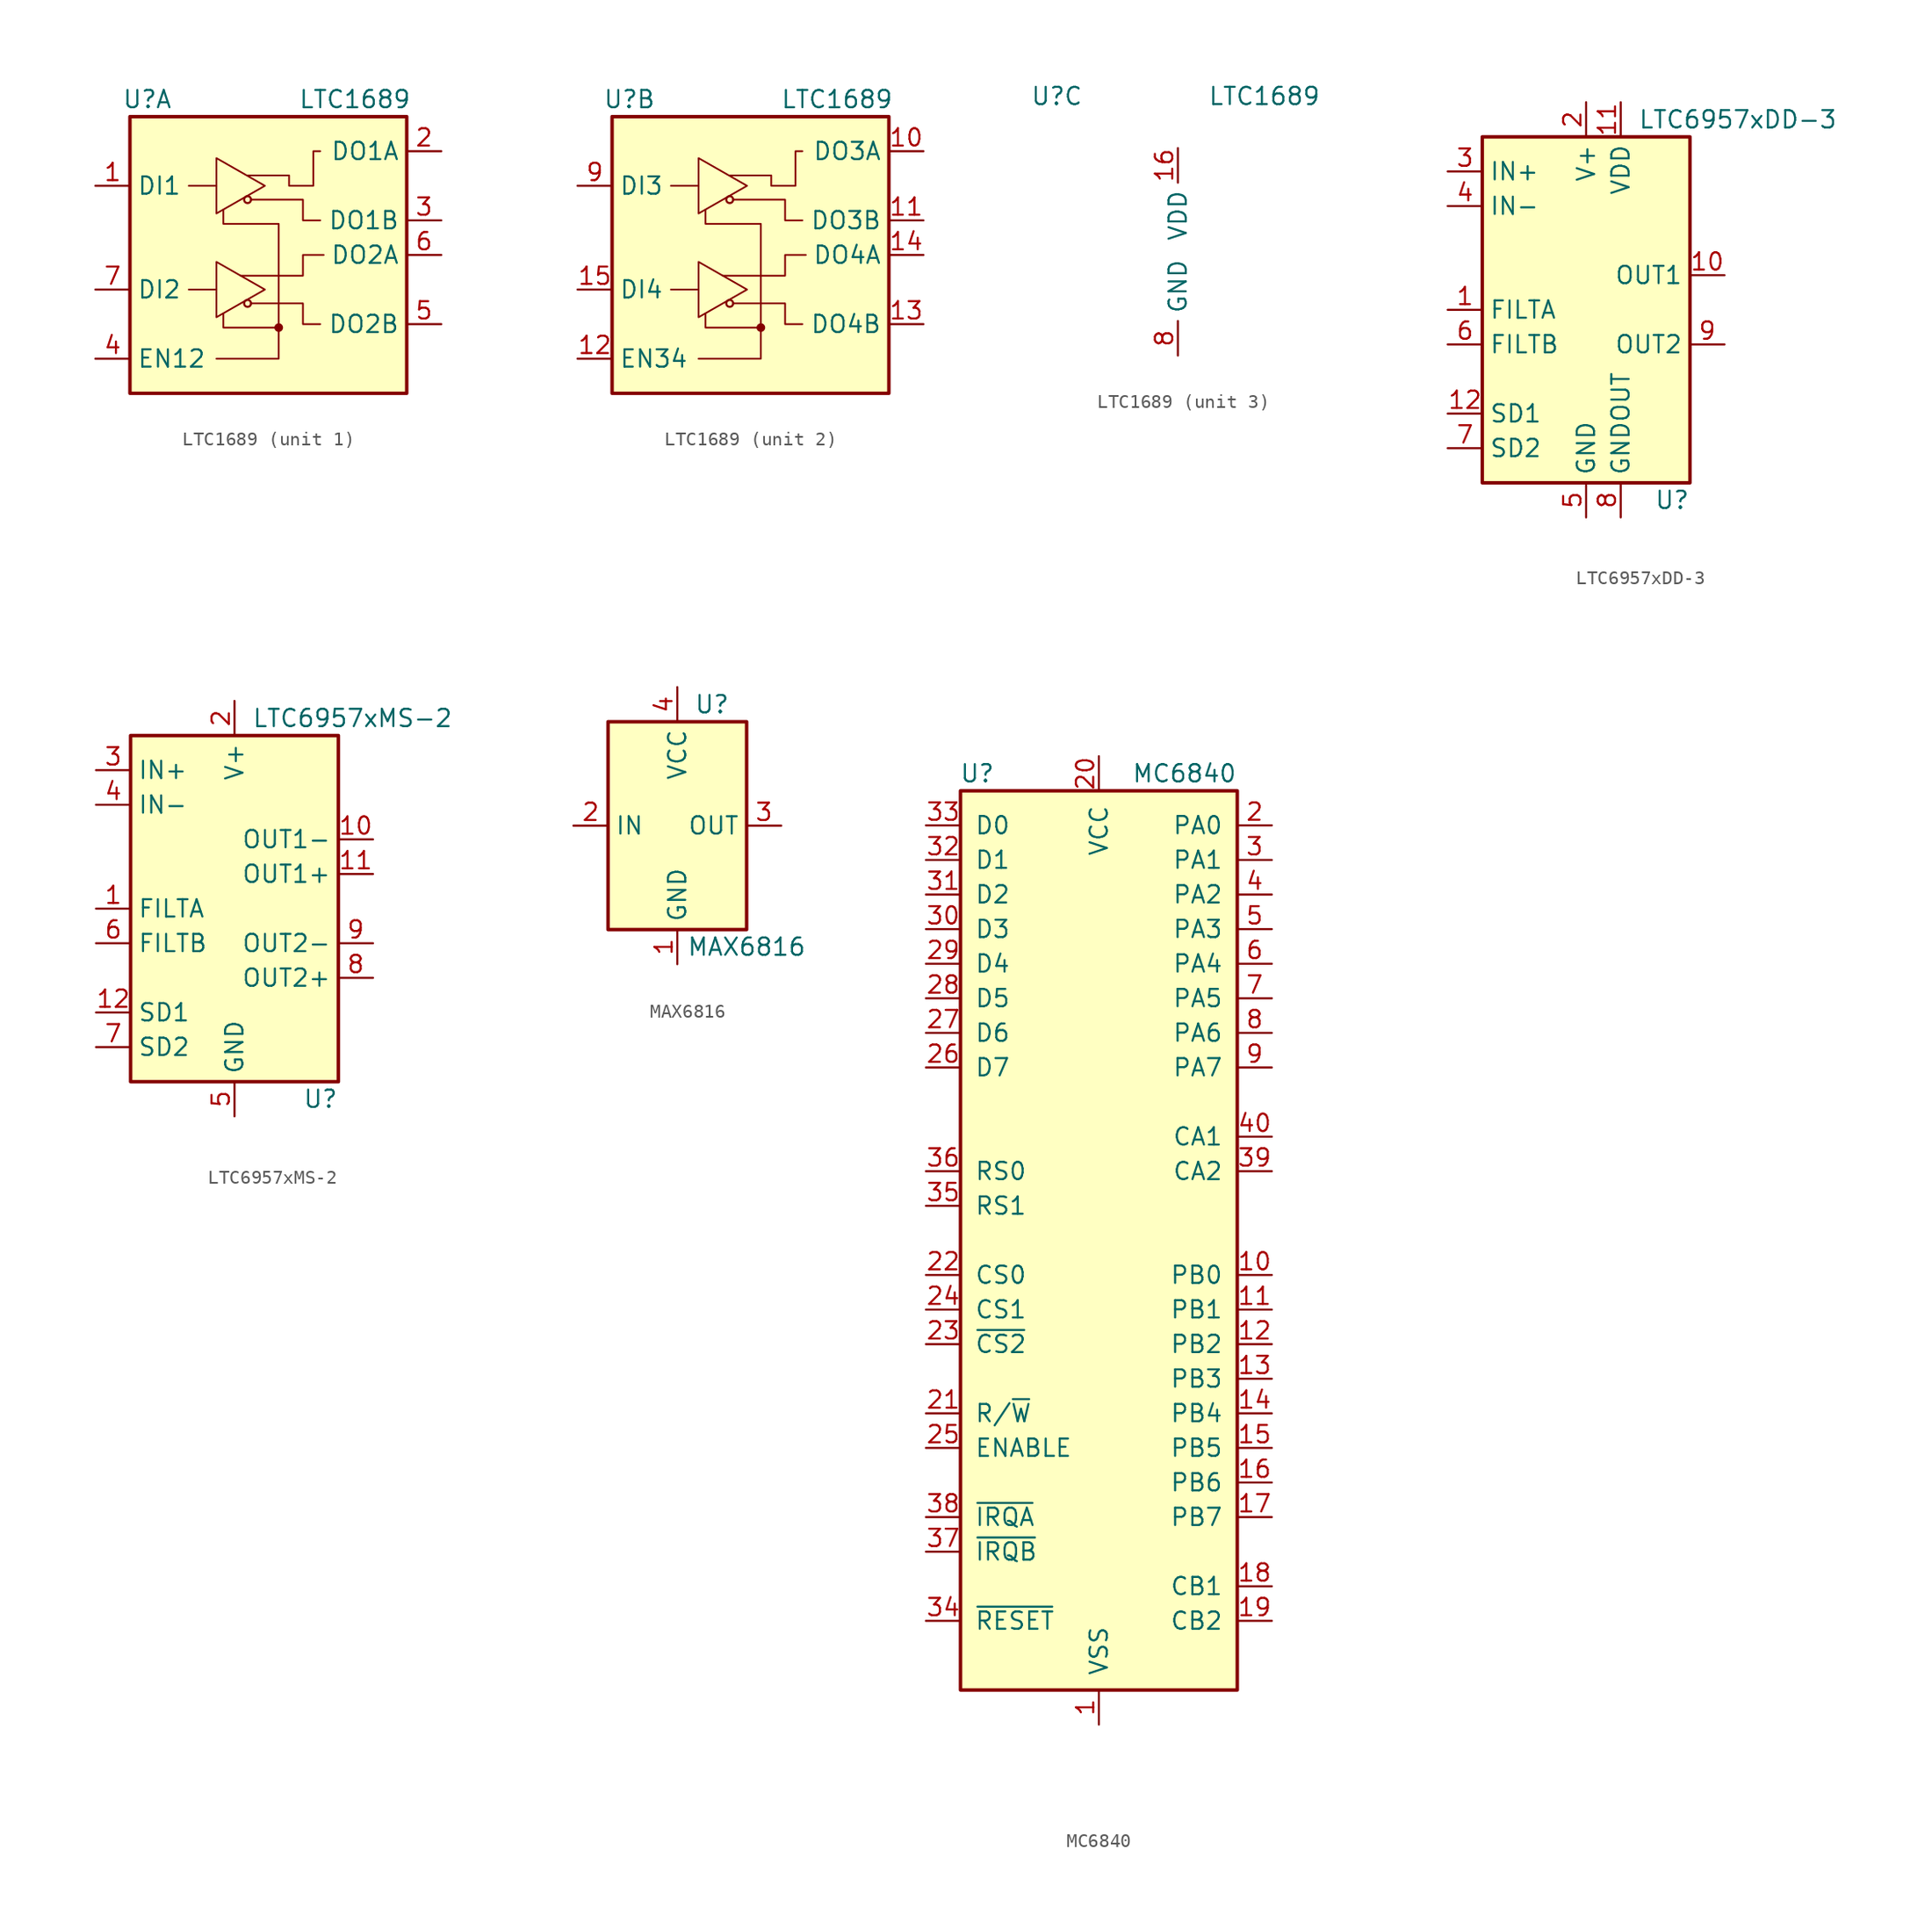
<source format=kicad_sym>
(kicad_symbol_lib
  (version 20201005)
  (generator kicad_symbol_editor)
  (symbol "LTC1689"
    (property "Reference" "U"
      (at -8.89 11.43 0)
      (effects (font (size 1.27 1.27))))
    (property "Value" "LTC1689"
      (at 6.35 11.43 0)
      (effects (font (size 1.27 1.27))))
    (property "ki_locked" ""
      (at 0 0 0)
      (effects (font (size 1.27 1.27))))
    (symbol "LTC1689_1_1"
      (circle (center -1.524 -3.556) (radius 0.254) (stroke (width 0)) (fill (type none)))
      (circle (center -1.524 4.064) (radius 0.254) (stroke (width 0)) (fill (type none)))
      (circle (center 0.762 -5.334) (radius 0.254) (stroke (width 0.127)) (fill (type outline)))
      (rectangle (start -10.16 10.16) (end 10.16 -10.16) (stroke (width 0.254)) (fill (type background)))
      (polyline (pts (xy -5.842 -2.54) (xy -3.81 -2.54)) (stroke (width 0.127)) (fill (type none)))
      (polyline (pts (xy -5.842 5.08) (xy -3.81 5.08)) (stroke (width 0.127)) (fill (type none)))
      (polyline (pts (xy 0.762 -5.334) (xy -3.302 -5.334) (xy -3.302 -4.318)) (stroke (width 0.127)) (fill (type none)))
      (polyline (pts (xy -3.81 -0.508) (xy -3.81 -4.572) (xy -0.254 -2.54) (xy -3.81 -0.508)) (stroke (width 0.127)) (fill (type none)))
      (polyline (pts (xy -3.81 7.112) (xy -3.81 3.048) (xy -0.254 5.08) (xy -3.81 7.112)) (stroke (width 0.127)) (fill (type none)))
      (polyline (pts (xy -2.032 -1.524) (xy 2.54 -1.524) (xy 2.54 0) (xy 4.064 0)) (stroke (width 0.127)) (fill (type none)))
      (polyline (pts (xy -1.27 -3.556) (xy 2.54 -3.556) (xy 2.54 -5.08) (xy 3.81 -5.08)) (stroke (width 0.127)) (fill (type none)))
      (polyline (pts (xy -1.27 4.064) (xy 2.54 4.064) (xy 2.54 2.54) (xy 3.81 2.54)) (stroke (width 0.127)) (fill (type none)))
      (polyline (pts (xy -3.81 -7.62) (xy 0.762 -7.62) (xy 0.762 2.286) (xy -3.302 2.286) (xy -3.302 3.302)) (stroke (width 0.127)) (fill (type none)))
      (polyline (pts (xy -1.524 5.842) (xy 1.524 5.842) (xy 1.524 5.08) (xy 3.302 5.08) (xy 3.302 7.62) (xy 3.81 7.62)) (stroke (width 0.127)) (fill (type none)))
      (pin input line (at -12.7 5.08 0) (length 2.54) (name "DI1" (effects (font (size 1.27 1.27)))) (number "1" (effects (font (size 1.27 1.27)))))
      (pin output line (at 12.7 7.62 180) (length 2.54) (name "DO1A" (effects (font (size 1.27 1.27)))) (number "2" (effects (font (size 1.27 1.27)))))
      (pin output line (at 12.7 2.54 180) (length 2.54) (name "DO1B" (effects (font (size 1.27 1.27)))) (number "3" (effects (font (size 1.27 1.27)))))
      (pin input line (at -12.7 -7.62 0) (length 2.54) (name "EN12" (effects (font (size 1.27 1.27)))) (number "4" (effects (font (size 1.27 1.27)))))
      (pin output line (at 12.7 -5.08 180) (length 2.54) (name "DO2B" (effects (font (size 1.27 1.27)))) (number "5" (effects (font (size 1.27 1.27)))))
      (pin output line (at 12.7 0 180) (length 2.54) (name "DO2A" (effects (font (size 1.27 1.27)))) (number "6" (effects (font (size 1.27 1.27)))))
      (pin input line (at -12.7 -2.54 0) (length 2.54) (name "DI2" (effects (font (size 1.27 1.27)))) (number "7" (effects (font (size 1.27 1.27))))))
    (symbol "LTC1689_2_1"
      (circle (center -1.524 -3.556) (radius 0.254) (stroke (width 0)) (fill (type none)))
      (circle (center -1.524 4.064) (radius 0.254) (stroke (width 0)) (fill (type none)))
      (circle (center 0.762 -5.334) (radius 0.254) (stroke (width 0.127)) (fill (type outline)))
      (rectangle (start -10.16 10.16) (end 10.16 -10.16) (stroke (width 0.254)) (fill (type background)))
      (polyline (pts (xy -5.842 -2.54) (xy -3.81 -2.54)) (stroke (width 0.127)) (fill (type none)))
      (polyline (pts (xy -5.842 5.08) (xy -3.81 5.08)) (stroke (width 0.127)) (fill (type none)))
      (polyline (pts (xy 0.762 -5.334) (xy -3.302 -5.334) (xy -3.302 -4.318)) (stroke (width 0.127)) (fill (type none)))
      (polyline (pts (xy -3.81 -0.508) (xy -3.81 -4.572) (xy -0.254 -2.54) (xy -3.81 -0.508)) (stroke (width 0.127)) (fill (type none)))
      (polyline (pts (xy -3.81 7.112) (xy -3.81 3.048) (xy -0.254 5.08) (xy -3.81 7.112)) (stroke (width 0.127)) (fill (type none)))
      (polyline (pts (xy -2.032 -1.524) (xy 2.54 -1.524) (xy 2.54 0) (xy 4.064 0)) (stroke (width 0.127)) (fill (type none)))
      (polyline (pts (xy -1.27 -3.556) (xy 2.54 -3.556) (xy 2.54 -5.08) (xy 3.81 -5.08)) (stroke (width 0.127)) (fill (type none)))
      (polyline (pts (xy -1.27 4.064) (xy 2.54 4.064) (xy 2.54 2.54) (xy 3.81 2.54)) (stroke (width 0.127)) (fill (type none)))
      (polyline (pts (xy -3.81 -7.62) (xy 0.762 -7.62) (xy 0.762 2.286) (xy -3.302 2.286) (xy -3.302 3.302)) (stroke (width 0.127)) (fill (type none)))
      (polyline (pts (xy -1.524 5.842) (xy 1.524 5.842) (xy 1.524 5.08) (xy 3.302 5.08) (xy 3.302 7.62) (xy 3.81 7.62)) (stroke (width 0.127)) (fill (type none)))
      (pin output line (at 12.7 7.62 180) (length 2.54) (name "DO3A" (effects (font (size 1.27 1.27)))) (number "10" (effects (font (size 1.27 1.27)))))
      (pin output line (at 12.7 2.54 180) (length 2.54) (name "DO3B" (effects (font (size 1.27 1.27)))) (number "11" (effects (font (size 1.27 1.27)))))
      (pin input line (at -12.7 -7.62 0) (length 2.54) (name "EN34" (effects (font (size 1.27 1.27)))) (number "12" (effects (font (size 1.27 1.27)))))
      (pin output line (at 12.7 -5.08 180) (length 2.54) (name "DO4B" (effects (font (size 1.27 1.27)))) (number "13" (effects (font (size 1.27 1.27)))))
      (pin output line (at 12.7 0 180) (length 2.54) (name "DO4A" (effects (font (size 1.27 1.27)))) (number "14" (effects (font (size 1.27 1.27)))))
      (pin input line (at -12.7 -2.54 0) (length 2.54) (name "DI4" (effects (font (size 1.27 1.27)))) (number "15" (effects (font (size 1.27 1.27)))))
      (pin input line (at -12.7 5.08 0) (length 2.54) (name "DI3" (effects (font (size 1.27 1.27)))) (number "9" (effects (font (size 1.27 1.27))))))
    (symbol "LTC1689_3_1"
      (pin power_in line (at 0 7.62 270) (length 2.54) (name "VDD" (effects (font (size 1.27 1.27)))) (number "16" (effects (font (size 1.27 1.27)))))
      (pin power_in line (at 0 -7.62 90) (length 2.54) (name "GND" (effects (font (size 1.27 1.27)))) (number "8" (effects (font (size 1.27 1.27)))))))
  (symbol "LTC6957xDD-3"
    (property "Reference" "U"
      (at 7.62 -13.97 0)
      (effects (font (size 1.27 1.27)) (justify right)))
    (property "Value" "LTC6957xDD-3"
      (at 3.81 13.97 0)
      (effects (font (size 1.27 1.27)) (justify left)))
    (symbol "LTC6957xDD-3_0_1"
      (rectangle (start -7.62 12.7) (end 7.62 -12.7) (stroke (width 0.254)) (fill (type background))))
    (symbol "LTC6957xDD-3_1_1"
      (pin input line (at -10.16 0 0) (length 2.54) (name "FILTA" (effects (font (size 1.27 1.27)))) (number "1" (effects (font (size 1.27 1.27)))))
      (pin output line (at 10.16 2.54 180) (length 2.54) (name "OUT1" (effects (font (size 1.27 1.27)))) (number "10" (effects (font (size 1.27 1.27)))))
      (pin power_in line (at 2.54 15.24 270) (length 2.54) (name "VDD" (effects (font (size 1.27 1.27)))) (number "11" (effects (font (size 1.27 1.27)))))
      (pin input line (at -10.16 -7.62 0) (length 2.54) (name "SD1" (effects (font (size 1.27 1.27)))) (number "12" (effects (font (size 1.27 1.27)))))
      (pin passive line (at 0 -15.24 90) (length 2.54) hide (name "GND" (effects (font (size 1.27 1.27)))) (number "13" (effects (font (size 1.27 1.27)))))
      (pin power_in line (at 0 15.24 270) (length 2.54) (name "V+" (effects (font (size 1.27 1.27)))) (number "2" (effects (font (size 1.27 1.27)))))
      (pin input line (at -10.16 10.16 0) (length 2.54) (name "IN+" (effects (font (size 1.27 1.27)))) (number "3" (effects (font (size 1.27 1.27)))))
      (pin input line (at -10.16 7.62 0) (length 2.54) (name "IN-" (effects (font (size 1.27 1.27)))) (number "4" (effects (font (size 1.27 1.27)))))
      (pin power_in line (at 0 -15.24 90) (length 2.54) (name "GND" (effects (font (size 1.27 1.27)))) (number "5" (effects (font (size 1.27 1.27)))))
      (pin input line (at -10.16 -2.54 0) (length 2.54) (name "FILTB" (effects (font (size 1.27 1.27)))) (number "6" (effects (font (size 1.27 1.27)))))
      (pin input line (at -10.16 -10.16 0) (length 2.54) (name "SD2" (effects (font (size 1.27 1.27)))) (number "7" (effects (font (size 1.27 1.27)))))
      (pin output line (at 2.54 -15.24 90) (length 2.54) (name "GNDOUT" (effects (font (size 1.27 1.27)))) (number "8" (effects (font (size 1.27 1.27)))))
      (pin output line (at 10.16 -2.54 180) (length 2.54) (name "OUT2" (effects (font (size 1.27 1.27)))) (number "9" (effects (font (size 1.27 1.27)))))))
  (symbol "LTC6957xMS-2"
    (property "Reference" "U"
      (at 7.62 -13.97 0)
      (effects (font (size 1.27 1.27)) (justify right)))
    (property "Value" "LTC6957xMS-2"
      (at 1.27 13.97 0)
      (effects (font (size 1.27 1.27)) (justify left)))
    (symbol "LTC6957xMS-2_0_1"
      (rectangle (start -7.62 12.7) (end 7.62 -12.7) (stroke (width 0.254)) (fill (type background))))
    (symbol "LTC6957xMS-2_1_1"
      (pin input line (at -10.16 0 0) (length 2.54) (name "FILTA" (effects (font (size 1.27 1.27)))) (number "1" (effects (font (size 1.27 1.27)))))
      (pin output line (at 10.16 5.08 180) (length 2.54) (name "OUT1-" (effects (font (size 1.27 1.27)))) (number "10" (effects (font (size 1.27 1.27)))))
      (pin output line (at 10.16 2.54 180) (length 2.54) (name "OUT1+" (effects (font (size 1.27 1.27)))) (number "11" (effects (font (size 1.27 1.27)))))
      (pin input line (at -10.16 -7.62 0) (length 2.54) (name "SD1" (effects (font (size 1.27 1.27)))) (number "12" (effects (font (size 1.27 1.27)))))
      (pin power_in line (at 0 15.24 270) (length 2.54) (name "V+" (effects (font (size 1.27 1.27)))) (number "2" (effects (font (size 1.27 1.27)))))
      (pin input line (at -10.16 10.16 0) (length 2.54) (name "IN+" (effects (font (size 1.27 1.27)))) (number "3" (effects (font (size 1.27 1.27)))))
      (pin input line (at -10.16 7.62 0) (length 2.54) (name "IN-" (effects (font (size 1.27 1.27)))) (number "4" (effects (font (size 1.27 1.27)))))
      (pin power_in line (at 0 -15.24 90) (length 2.54) (name "GND" (effects (font (size 1.27 1.27)))) (number "5" (effects (font (size 1.27 1.27)))))
      (pin input line (at -10.16 -2.54 0) (length 2.54) (name "FILTB" (effects (font (size 1.27 1.27)))) (number "6" (effects (font (size 1.27 1.27)))))
      (pin input line (at -10.16 -10.16 0) (length 2.54) (name "SD2" (effects (font (size 1.27 1.27)))) (number "7" (effects (font (size 1.27 1.27)))))
      (pin output line (at 10.16 -5.08 180) (length 2.54) (name "OUT2+" (effects (font (size 1.27 1.27)))) (number "8" (effects (font (size 1.27 1.27)))))
      (pin output line (at 10.16 -2.54 180) (length 2.54) (name "OUT2-" (effects (font (size 1.27 1.27)))) (number "9" (effects (font (size 1.27 1.27)))))))
  (symbol "MAX6816"
    (property "Reference" "U"
      (at 2.54 8.89 0)
      (effects (font (size 1.27 1.27))))
    (property "Value" "MAX6816"
      (at 5.08 -8.89 0)
      (effects (font (size 1.27 1.27))))
    (symbol "MAX6816_0_1"
      (rectangle (start -5.08 7.62) (end 5.08 -7.62) (stroke (width 0.254)) (fill (type background))))
    (symbol "MAX6816_1_1"
      (pin power_in line (at 0 -10.16 90) (length 2.54) (name "GND" (effects (font (size 1.27 1.27)))) (number "1" (effects (font (size 1.27 1.27)))))
      (pin input line (at -7.62 0 0) (length 2.54) (name "IN" (effects (font (size 1.27 1.27)))) (number "2" (effects (font (size 1.27 1.27)))))
      (pin output line (at 7.62 0 180) (length 2.54) (name "OUT" (effects (font (size 1.27 1.27)))) (number "3" (effects (font (size 1.27 1.27)))))
      (pin power_in line (at 0 10.16 270) (length 2.54) (name "VCC" (effects (font (size 1.27 1.27)))) (number "4" (effects (font (size 1.27 1.27)))))))
  (symbol "MC6840"
    (pin_names
      (offset 1.016))
    (property "Reference" "U"
      (at -7.62 34.29 0)
      (effects (font (size 1.27 1.27)) (justify right)))
    (property "Value" "MC6840"
      (at 10.16 34.29 0)
      (effects (font (size 1.27 1.27)) (justify right)))
    (symbol "MC6840_0_1"
      (rectangle (start -10.16 -33.02) (end 10.16 33.02) (stroke (width 0.254)) (fill (type background))))
    (symbol "MC6840_1_1"
      (pin power_in line (at 0 -35.56 90) (length 2.54) (name "VSS" (effects (font (size 1.27 1.27)))) (number "1" (effects (font (size 1.27 1.27)))))
      (pin bidirectional line (at 12.7 -2.54 180) (length 2.54) (name "PB0" (effects (font (size 1.27 1.27)))) (number "10" (effects (font (size 1.27 1.27)))))
      (pin bidirectional line (at 12.7 -5.08 180) (length 2.54) (name "PB1" (effects (font (size 1.27 1.27)))) (number "11" (effects (font (size 1.27 1.27)))))
      (pin bidirectional line (at 12.7 -7.62 180) (length 2.54) (name "PB2" (effects (font (size 1.27 1.27)))) (number "12" (effects (font (size 1.27 1.27)))))
      (pin bidirectional line (at 12.7 -10.16 180) (length 2.54) (name "PB3" (effects (font (size 1.27 1.27)))) (number "13" (effects (font (size 1.27 1.27)))))
      (pin bidirectional line (at 12.7 -12.7 180) (length 2.54) (name "PB4" (effects (font (size 1.27 1.27)))) (number "14" (effects (font (size 1.27 1.27)))))
      (pin bidirectional line (at 12.7 -15.24 180) (length 2.54) (name "PB5" (effects (font (size 1.27 1.27)))) (number "15" (effects (font (size 1.27 1.27)))))
      (pin bidirectional line (at 12.7 -17.78 180) (length 2.54) (name "PB6" (effects (font (size 1.27 1.27)))) (number "16" (effects (font (size 1.27 1.27)))))
      (pin bidirectional line (at 12.7 -20.32 180) (length 2.54) (name "PB7" (effects (font (size 1.27 1.27)))) (number "17" (effects (font (size 1.27 1.27)))))
      (pin input line (at 12.7 -25.4 180) (length 2.54) (name "CB1" (effects (font (size 1.27 1.27)))) (number "18" (effects (font (size 1.27 1.27)))))
      (pin bidirectional line (at 12.7 -27.94 180) (length 2.54) (name "CB2" (effects (font (size 1.27 1.27)))) (number "19" (effects (font (size 1.27 1.27)))))
      (pin bidirectional line (at 12.7 30.48 180) (length 2.54) (name "PA0" (effects (font (size 1.27 1.27)))) (number "2" (effects (font (size 1.27 1.27)))))
      (pin power_in line (at 0 35.56 270) (length 2.54) (name "VCC" (effects (font (size 1.27 1.27)))) (number "20" (effects (font (size 1.27 1.27)))))
      (pin input line (at -12.7 -12.7 0) (length 2.54) (name "R/~W" (effects (font (size 1.27 1.27)))) (number "21" (effects (font (size 1.27 1.27)))))
      (pin input line (at -12.7 -2.54 0) (length 2.54) (name "CS0" (effects (font (size 1.27 1.27)))) (number "22" (effects (font (size 1.27 1.27)))))
      (pin input line (at -12.7 -7.62 0) (length 2.54) (name "~CS2" (effects (font (size 1.27 1.27)))) (number "23" (effects (font (size 1.27 1.27)))))
      (pin input line (at -12.7 -5.08 0) (length 2.54) (name "CS1" (effects (font (size 1.27 1.27)))) (number "24" (effects (font (size 1.27 1.27)))))
      (pin input line (at -12.7 -15.24 0) (length 2.54) (name "ENABLE" (effects (font (size 1.27 1.27)))) (number "25" (effects (font (size 1.27 1.27)))))
      (pin bidirectional line (at -12.7 12.7 0) (length 2.54) (name "D7" (effects (font (size 1.27 1.27)))) (number "26" (effects (font (size 1.27 1.27)))))
      (pin bidirectional line (at -12.7 15.24 0) (length 2.54) (name "D6" (effects (font (size 1.27 1.27)))) (number "27" (effects (font (size 1.27 1.27)))))
      (pin bidirectional line (at -12.7 17.78 0) (length 2.54) (name "D5" (effects (font (size 1.27 1.27)))) (number "28" (effects (font (size 1.27 1.27)))))
      (pin bidirectional line (at -12.7 20.32 0) (length 2.54) (name "D4" (effects (font (size 1.27 1.27)))) (number "29" (effects (font (size 1.27 1.27)))))
      (pin bidirectional line (at 12.7 27.94 180) (length 2.54) (name "PA1" (effects (font (size 1.27 1.27)))) (number "3" (effects (font (size 1.27 1.27)))))
      (pin bidirectional line (at -12.7 22.86 0) (length 2.54) (name "D3" (effects (font (size 1.27 1.27)))) (number "30" (effects (font (size 1.27 1.27)))))
      (pin bidirectional line (at -12.7 25.4 0) (length 2.54) (name "D2" (effects (font (size 1.27 1.27)))) (number "31" (effects (font (size 1.27 1.27)))))
      (pin bidirectional line (at -12.7 27.94 0) (length 2.54) (name "D1" (effects (font (size 1.27 1.27)))) (number "32" (effects (font (size 1.27 1.27)))))
      (pin bidirectional line (at -12.7 30.48 0) (length 2.54) (name "D0" (effects (font (size 1.27 1.27)))) (number "33" (effects (font (size 1.27 1.27)))))
      (pin input line (at -12.7 -27.94 0) (length 2.54) (name "~RESET" (effects (font (size 1.27 1.27)))) (number "34" (effects (font (size 1.27 1.27)))))
      (pin input line (at -12.7 2.54 0) (length 2.54) (name "RS1" (effects (font (size 1.27 1.27)))) (number "35" (effects (font (size 1.27 1.27)))))
      (pin input line (at -12.7 5.08 0) (length 2.54) (name "RS0" (effects (font (size 1.27 1.27)))) (number "36" (effects (font (size 1.27 1.27)))))
      (pin open_collector line (at -12.7 -22.86 0) (length 2.54) (name "~IRQB" (effects (font (size 1.27 1.27)))) (number "37" (effects (font (size 1.27 1.27)))))
      (pin open_collector line (at -12.7 -20.32 0) (length 2.54) (name "~IRQA" (effects (font (size 1.27 1.27)))) (number "38" (effects (font (size 1.27 1.27)))))
      (pin bidirectional line (at 12.7 5.08 180) (length 2.54) (name "CA2" (effects (font (size 1.27 1.27)))) (number "39" (effects (font (size 1.27 1.27)))))
      (pin bidirectional line (at 12.7 25.4 180) (length 2.54) (name "PA2" (effects (font (size 1.27 1.27)))) (number "4" (effects (font (size 1.27 1.27)))))
      (pin input line (at 12.7 7.62 180) (length 2.54) (name "CA1" (effects (font (size 1.27 1.27)))) (number "40" (effects (font (size 1.27 1.27)))))
      (pin bidirectional line (at 12.7 22.86 180) (length 2.54) (name "PA3" (effects (font (size 1.27 1.27)))) (number "5" (effects (font (size 1.27 1.27)))))
      (pin bidirectional line (at 12.7 20.32 180) (length 2.54) (name "PA4" (effects (font (size 1.27 1.27)))) (number "6" (effects (font (size 1.27 1.27)))))
      (pin bidirectional line (at 12.7 17.78 180) (length 2.54) (name "PA5" (effects (font (size 1.27 1.27)))) (number "7" (effects (font (size 1.27 1.27)))))
      (pin bidirectional line (at 12.7 15.24 180) (length 2.54) (name "PA6" (effects (font (size 1.27 1.27)))) (number "8" (effects (font (size 1.27 1.27)))))
      (pin bidirectional line (at 12.7 12.7 180) (length 2.54) (name "PA7" (effects (font (size 1.27 1.27)))) (number "9" (effects (font (size 1.27 1.27))))))))
</source>
